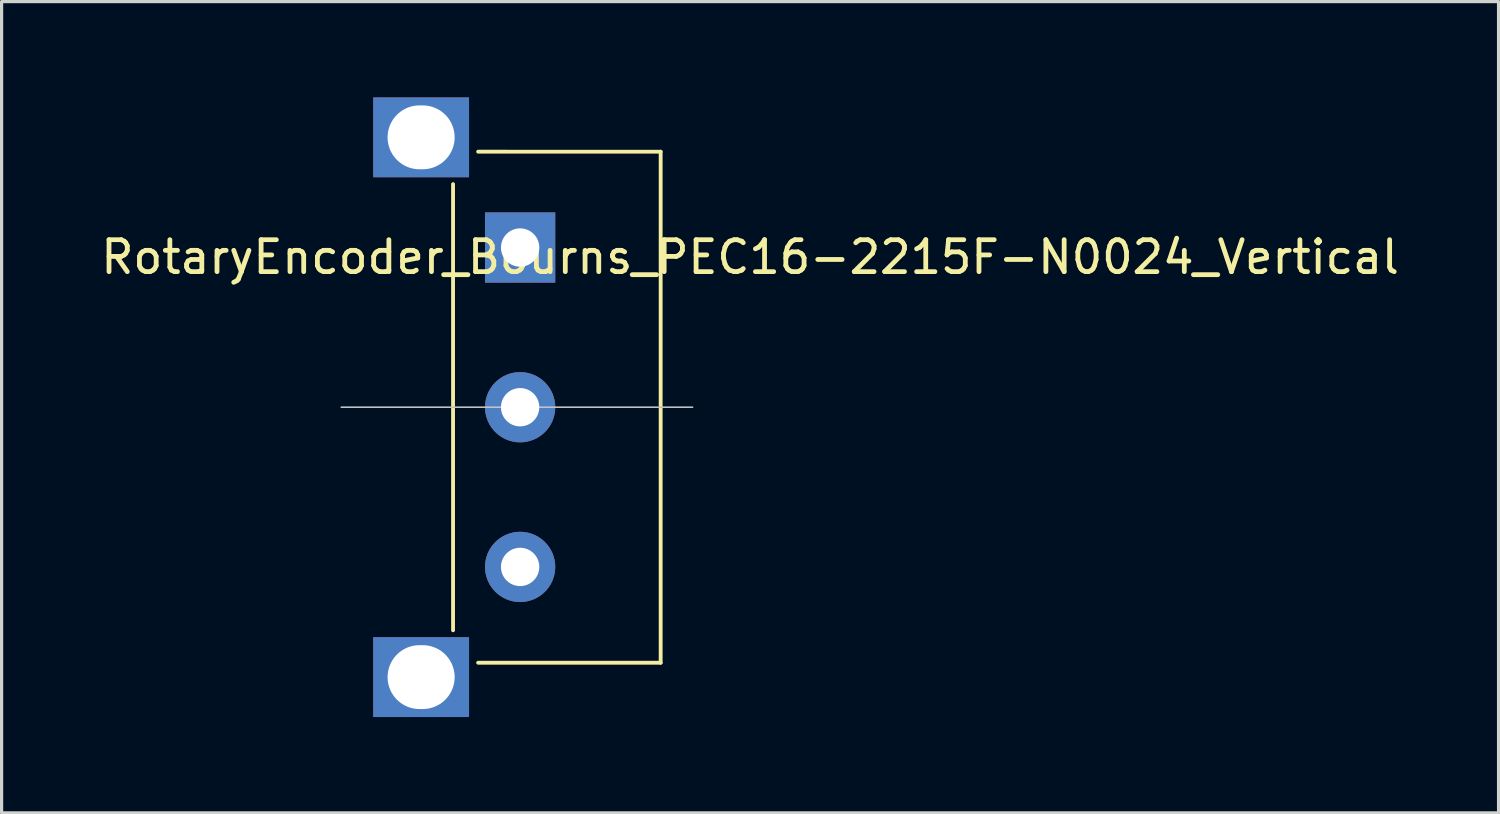
<source format=kicad_pcb>
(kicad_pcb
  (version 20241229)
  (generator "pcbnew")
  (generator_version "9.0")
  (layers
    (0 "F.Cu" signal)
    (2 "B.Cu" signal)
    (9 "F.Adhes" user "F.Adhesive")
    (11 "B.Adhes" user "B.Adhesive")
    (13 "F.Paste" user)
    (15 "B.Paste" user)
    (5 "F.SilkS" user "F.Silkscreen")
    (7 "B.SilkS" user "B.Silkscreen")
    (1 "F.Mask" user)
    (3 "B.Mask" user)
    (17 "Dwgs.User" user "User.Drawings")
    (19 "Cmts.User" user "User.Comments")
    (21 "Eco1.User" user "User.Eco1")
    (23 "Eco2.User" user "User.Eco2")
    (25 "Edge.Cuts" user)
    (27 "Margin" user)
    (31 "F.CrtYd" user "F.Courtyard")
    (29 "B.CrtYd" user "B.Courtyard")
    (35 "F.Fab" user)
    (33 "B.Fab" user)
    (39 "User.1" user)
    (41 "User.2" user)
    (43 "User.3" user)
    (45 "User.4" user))
  (footprint "RotaryEncoder_Bourns_PEC16-2215F-N0024_Vertical"
    (layer "F.Cu")
    (at 17.635 9.7)
    (property "Reference" "RotaryEncoder_Bourns_PEC16-2215F-N0024_Vertical" (at 2.8 -4.7 0) (layer "F.SilkS") (effects (font (size 1 1) (thickness 0.15))))
    (attr through_hole)
    (fp_line (start -6.5 -6.985) (end -6.5 6.985) (stroke (width 0.12) (type solid)) (layer "F.SilkS"))
    (fp_line (start 0 -8) (end -5.715 -8.001) (stroke (width 0.12) (type solid)) (layer "F.SilkS"))
    (fp_line (start 0 -8) (end 0 8) (stroke (width 0.12) (type solid)) (layer "F.SilkS"))
    (fp_line (start 0 8) (end -5.715 8) (stroke (width 0.12) (type solid)) (layer "F.SilkS"))
    (fp_line (start -10 0) (end 1 0) (stroke (width 0.05) (type solid)) (layer "Dwgs.User"))
    (pad "A" thru_hole circle (at -4.4 5) (size 2.2 2.2) (drill 1.2) (layers "*.Cu" "*.Mask"))
    (pad "B" thru_hole circle (at -4.4 0) (size 2.2 2.2) (drill 1.2) (layers "*.Cu" "*.Mask"))
    (pad "C" thru_hole rect (at -4.4 -5) (size 2.2 2.2) (drill 1.2) (layers "*.Cu" "*.Mask"))
    (pad "MP" thru_hole rect (at -7.5 -8.45) (size 3 2.5) (drill oval 2.1 2) (layers "*.Cu" "*.Mask"))
    (pad "MP" thru_hole rect (at -7.5 8.45) (size 3 2.5) (drill oval 2.1 2) (layers "*.Cu" "*.Mask")))
  (gr_rect
    (start -3 -3)
    (end 43.869 22.4)
    (stroke (width 0.1) (type default))
    (fill no)
    (layer "Edge.Cuts")))
</source>
